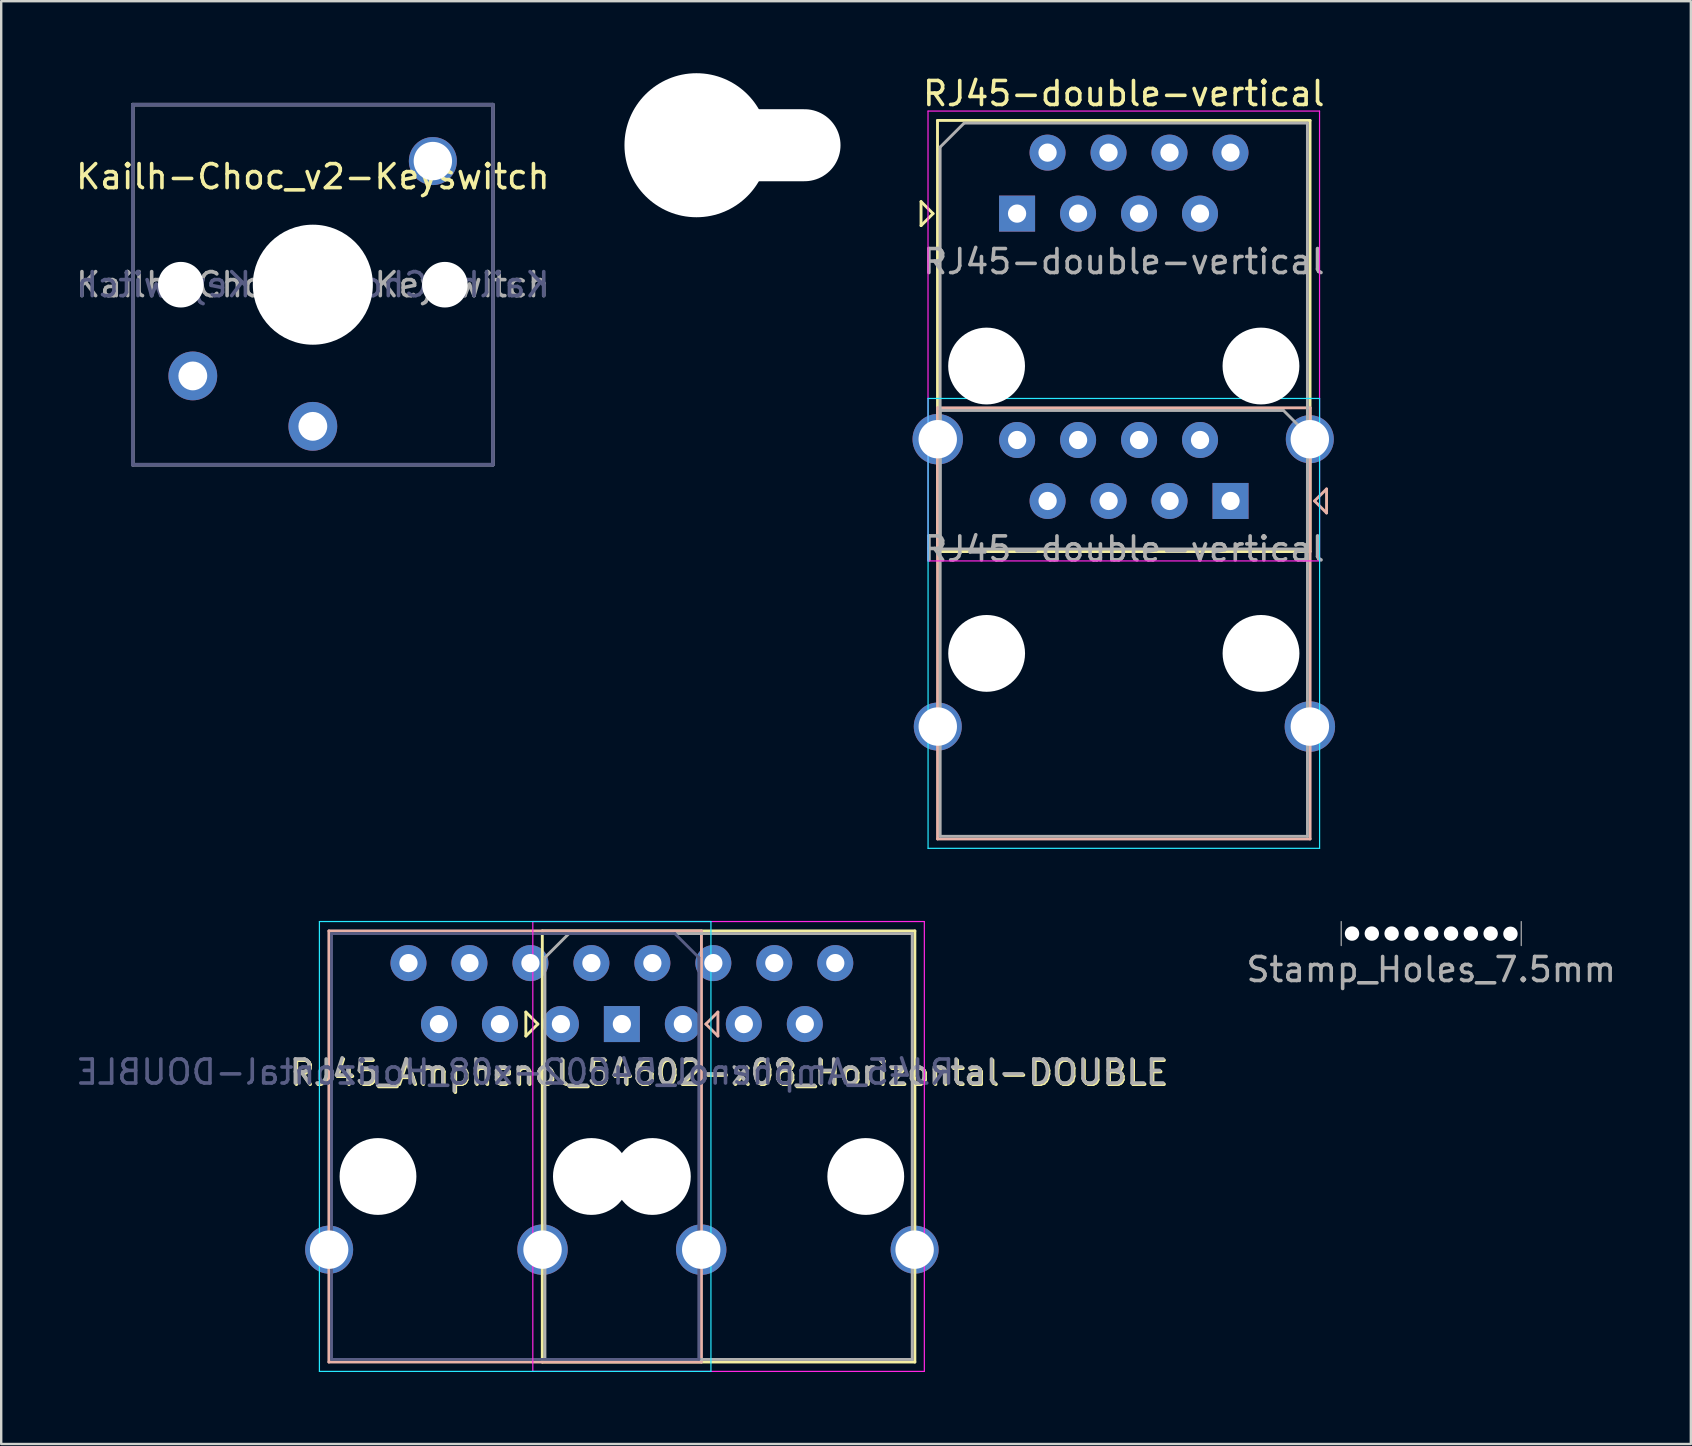
<source format=kicad_pcb>
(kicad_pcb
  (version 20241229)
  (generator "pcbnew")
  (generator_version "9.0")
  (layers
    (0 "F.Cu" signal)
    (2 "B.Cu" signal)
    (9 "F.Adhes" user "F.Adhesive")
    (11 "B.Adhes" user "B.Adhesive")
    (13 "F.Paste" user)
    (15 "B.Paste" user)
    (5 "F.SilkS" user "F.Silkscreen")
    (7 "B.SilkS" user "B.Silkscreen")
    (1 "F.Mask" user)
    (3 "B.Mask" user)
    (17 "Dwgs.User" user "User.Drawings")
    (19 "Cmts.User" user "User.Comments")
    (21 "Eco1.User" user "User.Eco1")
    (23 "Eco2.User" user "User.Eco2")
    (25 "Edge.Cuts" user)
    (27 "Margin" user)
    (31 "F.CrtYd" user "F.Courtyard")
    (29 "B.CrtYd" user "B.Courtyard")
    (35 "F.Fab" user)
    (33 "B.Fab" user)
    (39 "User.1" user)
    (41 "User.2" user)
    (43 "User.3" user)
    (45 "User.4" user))
  (footprint "RJ45-double-vertical"
    (layer "F.Cu")
    (at 39.319 5.848)
    (property "Reference" "RJ45-double-vertical" (at 4.445 -5 180) (layer "F.SilkS") (effects (font (size 1 1) (thickness 0.15))))
    (attr through_hole)
    (fp_line (start -4 -0.5) (end -4 0.5) (stroke (width 0.12) (type solid)) (layer "F.SilkS"))
    (fp_line (start -4 0.5) (end -3.5 0) (stroke (width 0.12) (type solid)) (layer "F.SilkS"))
    (fp_line (start -3.5 0) (end -4 -0.5) (stroke (width 0.12) (type solid)) (layer "F.SilkS"))
    (fp_line (start -3.315 -3.88) (end -3.315 14.08) (stroke (width 0.12) (type solid)) (layer "F.SilkS"))
    (fp_line (start -3.315 14.08) (end 12.205 14.08) (stroke (width 0.12) (type solid)) (layer "F.SilkS"))
    (fp_line (start 12.205 -3.88) (end -3.315 -3.88) (stroke (width 0.12) (type solid)) (layer "F.SilkS"))
    (fp_line (start 12.205 -3.88) (end 12.205 14.08) (stroke (width 0.12) (type solid)) (layer "F.SilkS"))
    (fp_line (start -3.313 8.091) (end -3.313 26.051) (stroke (width 0.12) (type solid)) (layer "B.SilkS"))
    (fp_line (start -3.313 26.051) (end 12.207 26.051) (stroke (width 0.12) (type solid)) (layer "B.SilkS"))
    (fp_line (start 12.207 8.091) (end -3.313 8.091) (stroke (width 0.12) (type solid)) (layer "B.SilkS"))
    (fp_line (start 12.207 8.091) (end 12.207 26.051) (stroke (width 0.12) (type solid)) (layer "B.SilkS"))
    (fp_line (start 12.392 11.971) (end 12.892 11.471) (stroke (width 0.12) (type solid)) (layer "B.SilkS"))
    (fp_line (start 12.892 11.471) (end 12.892 12.471) (stroke (width 0.12) (type solid)) (layer "B.SilkS"))
    (fp_line (start 12.892 12.471) (end 12.392 11.971) (stroke (width 0.12) (type solid)) (layer "B.SilkS"))
    (fp_line (start -3.708 7.701) (end 12.602 7.701) (stroke (width 0.05) (type solid)) (layer "B.CrtYd"))
    (fp_line (start -3.708 26.441) (end -3.708 7.701) (stroke (width 0.05) (type solid)) (layer "B.CrtYd"))
    (fp_line (start 12.602 7.701) (end 12.602 26.441) (stroke (width 0.05) (type solid)) (layer "B.CrtYd"))
    (fp_line (start 12.602 26.441) (end -3.708 26.441) (stroke (width 0.05) (type solid)) (layer "B.CrtYd"))
    (fp_line (start -3.71 -4.27) (end -3.71 14.47) (stroke (width 0.05) (type solid)) (layer "F.CrtYd"))
    (fp_line (start -3.71 -4.27) (end 12.6 -4.27) (stroke (width 0.05) (type solid)) (layer "F.CrtYd"))
    (fp_line (start 12.6 14.47) (end -3.71 14.47) (stroke (width 0.05) (type solid)) (layer "F.CrtYd"))
    (fp_line (start 12.6 14.47) (end 12.6 -4.27) (stroke (width 0.05) (type solid)) (layer "F.CrtYd"))
    (fp_line (start -3.205 -2.77) (end -2.205 -3.77) (stroke (width 0.12) (type solid)) (layer "F.Fab"))
    (fp_line (start -3.205 13.97) (end -3.205 -2.77) (stroke (width 0.12) (type solid)) (layer "F.Fab"))
    (fp_line (start -3.203 8.201) (end -3.203 25.941) (stroke (width 0.12) (type solid)) (layer "F.Fab"))
    (fp_line (start -3.203 25.941) (end 12.097 25.941) (stroke (width 0.12) (type solid)) (layer "F.Fab"))
    (fp_line (start -2.205 -3.77) (end 12.095 -3.77) (stroke (width 0.12) (type solid)) (layer "F.Fab"))
    (fp_line (start 11.097 8.201) (end -3.203 8.201) (stroke (width 0.12) (type solid)) (layer "F.Fab"))
    (fp_line (start 12.095 -3.77) (end 12.095 13.97) (stroke (width 0.12) (type solid)) (layer "F.Fab"))
    (fp_line (start 12.095 13.97) (end -3.205 13.97) (stroke (width 0.12) (type solid)) (layer "F.Fab"))
    (fp_line (start 12.097 9.201) (end 11.097 8.201) (stroke (width 0.12) (type solid)) (layer "F.Fab"))
    (fp_line (start 12.097 25.941) (end 12.097 9.201) (stroke (width 0.12) (type solid)) (layer "F.Fab"))
    (fp_text user "${REFERENCE}" (at 4.447 13.971 180) (layer "F.Fab") (effects (font (size 1 1) (thickness 0.15))))
    (fp_text user "${REFERENCE}" (at 4.445 2 180) (layer "F.Fab") (effects (font (size 1 1) (thickness 0.15))))
    (pad "" thru_hole circle (at -3.305 9.398) (size 2.1 2.1) (drill 1.6) (layers "*.Cu" "*.Mask"))
    (pad "" thru_hole circle (at -3.303 21.369) (size 2 2) (drill 1.6) (layers "*.Cu" "*.Mask"))
    (pad "" np_thru_hole circle (at -1.27 6.35) (size 3.2 3.2) (drill 3.2) (layers "*.Cu" "*.Mask"))
    (pad "" np_thru_hole circle (at -1.268 18.321) (size 3.2 3.2) (drill 3.2) (layers "*.Cu" "*.Mask"))
    (pad "" np_thru_hole circle (at 10.16 6.35) (size 3.2 3.2) (drill 3.2) (layers "*.Cu" "*.Mask"))
    (pad "" np_thru_hole circle (at 10.162 18.321) (size 3.2 3.2) (drill 3.2) (layers "*.Cu" "*.Mask"))
    (pad "" thru_hole circle (at 12.195 9.398) (size 2 2) (drill 1.6) (layers "*.Cu" "*.Mask"))
    (pad "" thru_hole circle (at 12.197 21.369) (size 2.1 2.1) (drill 1.6) (layers "*.Cu" "*.Mask"))
    (pad "1" thru_hole rect (at 0 0) (size 1.5 1.5) (drill 0.76) (layers "*.Cu" "*.Mask"))
    (pad "1" thru_hole rect (at 8.892 11.971) (size 1.5 1.5) (drill 0.76) (layers "*.Cu" "*.Mask"))
    (pad "2" thru_hole circle (at 1.27 -2.54) (size 1.5 1.5) (drill 0.76) (layers "*.Cu" "*.Mask"))
    (pad "2" thru_hole circle (at 7.622 9.431) (size 1.5 1.5) (drill 0.76) (layers "*.Cu" "*.Mask"))
    (pad "3" thru_hole circle (at 2.54 0) (size 1.5 1.5) (drill 0.76) (layers "*.Cu" "*.Mask"))
    (pad "3" thru_hole circle (at 6.352 11.971) (size 1.5 1.5) (drill 0.76) (layers "*.Cu" "*.Mask"))
    (pad "4" thru_hole circle (at 3.81 -2.54) (size 1.5 1.5) (drill 0.76) (layers "*.Cu" "*.Mask"))
    (pad "4" thru_hole circle (at 5.082 9.431) (size 1.5 1.5) (drill 0.76) (layers "*.Cu" "*.Mask"))
    (pad "5" thru_hole circle (at 3.812 11.971) (size 1.5 1.5) (drill 0.76) (layers "*.Cu" "*.Mask"))
    (pad "5" thru_hole circle (at 5.08 0) (size 1.5 1.5) (drill 0.76) (layers "*.Cu" "*.Mask"))
    (pad "6" thru_hole circle (at 2.542 9.431) (size 1.5 1.5) (drill 0.76) (layers "*.Cu" "*.Mask"))
    (pad "6" thru_hole circle (at 6.35 -2.54) (size 1.5 1.5) (drill 0.76) (layers "*.Cu" "*.Mask"))
    (pad "7" thru_hole circle (at 1.272 11.971) (size 1.5 1.5) (drill 0.76) (layers "*.Cu" "*.Mask"))
    (pad "7" thru_hole circle (at 7.62 0) (size 1.5 1.5) (drill 0.76) (layers "*.Cu" "*.Mask"))
    (pad "8" thru_hole circle (at 0.002 9.431) (size 1.5 1.5) (drill 0.76) (layers "*.Cu" "*.Mask"))
    (pad "8" thru_hole circle (at 8.89 -2.54) (size 1.5 1.5) (drill 0.76) (layers "*.Cu" "*.Mask")))
  (footprint "Kailh-Choc_v2-Keyswitch"
    (layer "F.Cu")
    (at 9.982 8.81)
    (property "Reference" "Kailh-Choc_v2-Keyswitch" (at 0 -4.5 0) (layer "F.SilkS") (effects (font (size 1 1) (thickness 0.15))))
    (attr through_hole)
    (fp_line (start -9.25 -8.75) (end 9.25 -8.75) (stroke (width 0.12) (type solid)) (layer "Eco1.User"))
    (fp_line (start -9.25 8.75) (end -9.25 -8.75) (stroke (width 0.12) (type solid)) (layer "Eco1.User"))
    (fp_line (start 9.25 -8.75) (end 9.25 8.75) (stroke (width 0.12) (type solid)) (layer "Eco1.User"))
    (fp_line (start 9.25 8.75) (end -9.25 8.75) (stroke (width 0.12) (type solid)) (layer "Eco1.User"))
    (fp_line (start -6.975 6.975) (end -6.975 -6.975) (stroke (width 0.15) (type solid)) (layer "Eco2.User"))
    (fp_line (start -6.975 6.975) (end 6.975 6.975) (stroke (width 0.15) (type solid)) (layer "Eco2.User"))
    (fp_line (start 6.975 -6.975) (end -6.975 -6.975) (stroke (width 0.15) (type solid)) (layer "Eco2.User"))
    (fp_line (start 6.975 -6.975) (end 6.975 6.975) (stroke (width 0.15) (type solid)) (layer "Eco2.User"))
    (fp_line (start -7.5 -7.5) (end 7.5 -7.5) (stroke (width 0.15) (type solid)) (layer "B.Fab"))
    (fp_line (start -7.5 7.5) (end -7.5 -7.5) (stroke (width 0.15) (type solid)) (layer "B.Fab"))
    (fp_line (start 7.5 -7.5) (end 7.5 7.5) (stroke (width 0.15) (type solid)) (layer "B.Fab"))
    (fp_line (start 7.5 7.5) (end -7.5 7.5) (stroke (width 0.15) (type solid)) (layer "B.Fab"))
    (fp_line (start -7.5 -7.5) (end 7.5 -7.5) (stroke (width 0.15) (type solid)) (layer "F.Fab"))
    (fp_line (start -7.5 7.5) (end -7.5 -7.5) (stroke (width 0.15) (type solid)) (layer "F.Fab"))
    (fp_line (start 7.5 -7.5) (end 7.5 7.5) (stroke (width 0.15) (type solid)) (layer "F.Fab"))
    (fp_line (start 7.5 7.5) (end -7.5 7.5) (stroke (width 0.15) (type solid)) (layer "F.Fab"))
    (fp_text user "${REFERENCE}" (at 0 0 0) (layer "B.Fab") (effects (font (size 1 1) (thickness 0.15)) (justify mirror)))
    (fp_text user "${REFERENCE}" (at 0 0 0) (layer "F.Fab") (effects (font (size 1 1) (thickness 0.15))))
    (pad "" np_thru_hole circle (at -5.5 0) (size 1.9 1.9) (drill 1.9) (layers "*.Cu" "*.Mask"))
    (pad "" np_thru_hole circle (at 0 0) (size 5 5) (drill 5) (layers "*.Cu" "*.Mask"))
    (pad "" thru_hole circle (at 5 -5.15) (size 2 2) (drill 1.6) (layers "*.Cu" "*.Mask"))
    (pad "" np_thru_hole circle (at 5.5 0) (size 1.9 1.9) (drill 1.9) (layers "*.Cu" "*.Mask"))
    (pad "1" thru_hole circle (at 0 5.9) (size 2.032 2.032) (drill 1.2) (layers "*.Cu" "*.Mask"))
    (pad "2" thru_hole circle (at -5 3.8) (size 2.032 2.032) (drill 1.2) (layers "*.Cu" "*.Mask")))
  (footprint "RJ45_Amphenol_54602-x08_Horizontal-DOUBLE"
    (layer "F.Cu")
    (at 22.856 39.61)
    (property "Reference" "RJ45_Amphenol_54602-x08_Horizontal-DOUBLE" (at 4.49 2.05 0) (layer "F.SilkS") (effects (font (size 1 1) (thickness 0.15))))
    (attr through_hole)
    (fp_line (start -4 -0.5) (end -4 0.5) (stroke (width 0.12) (type solid)) (layer "F.SilkS"))
    (fp_line (start -4 0.5) (end -3.5 0) (stroke (width 0.12) (type solid)) (layer "F.SilkS"))
    (fp_line (start -3.5 0) (end -4 -0.5) (stroke (width 0.12) (type solid)) (layer "F.SilkS"))
    (fp_line (start -3.315 -3.88) (end -3.315 14.08) (stroke (width 0.12) (type solid)) (layer "F.SilkS"))
    (fp_line (start -3.315 14.08) (end 12.205 14.08) (stroke (width 0.12) (type solid)) (layer "F.SilkS"))
    (fp_line (start 12.205 -3.88) (end -3.315 -3.88) (stroke (width 0.12) (type solid)) (layer "F.SilkS"))
    (fp_line (start 12.205 -3.88) (end 12.205 14.08) (stroke (width 0.12) (type solid)) (layer "F.SilkS"))
    (fp_line (start -12.205 -3.88) (end -12.205 14.08) (stroke (width 0.12) (type solid)) (layer "B.SilkS"))
    (fp_line (start -12.205 -3.88) (end 3.315 -3.88) (stroke (width 0.12) (type solid)) (layer "B.SilkS"))
    (fp_line (start 3.315 -3.88) (end 3.315 14.08) (stroke (width 0.12) (type solid)) (layer "B.SilkS"))
    (fp_line (start 3.315 14.08) (end -12.205 14.08) (stroke (width 0.12) (type solid)) (layer "B.SilkS"))
    (fp_line (start 3.5 0) (end 4 -0.5) (stroke (width 0.12) (type solid)) (layer "B.SilkS"))
    (fp_line (start 4 -0.5) (end 4 0.5) (stroke (width 0.12) (type solid)) (layer "B.SilkS"))
    (fp_line (start 4 0.5) (end 3.5 0) (stroke (width 0.12) (type solid)) (layer "B.SilkS"))
    (fp_line (start -12.6 14.47) (end -12.6 -4.27) (stroke (width 0.05) (type solid)) (layer "B.CrtYd"))
    (fp_line (start -12.6 14.47) (end 3.71 14.47) (stroke (width 0.05) (type solid)) (layer "B.CrtYd"))
    (fp_line (start 3.71 -4.27) (end -12.6 -4.27) (stroke (width 0.05) (type solid)) (layer "B.CrtYd"))
    (fp_line (start 3.71 -4.27) (end 3.71 14.47) (stroke (width 0.05) (type solid)) (layer "B.CrtYd"))
    (fp_line (start -3.71 -4.27) (end -3.71 14.47) (stroke (width 0.05) (type solid)) (layer "F.CrtYd"))
    (fp_line (start -3.71 -4.27) (end 12.6 -4.27) (stroke (width 0.05) (type solid)) (layer "F.CrtYd"))
    (fp_line (start 12.6 14.47) (end -3.71 14.47) (stroke (width 0.05) (type solid)) (layer "F.CrtYd"))
    (fp_line (start 12.6 14.47) (end 12.6 -4.27) (stroke (width 0.05) (type solid)) (layer "F.CrtYd"))
    (fp_line (start -12.095 -3.77) (end -12.095 13.97) (stroke (width 0.12) (type solid)) (layer "B.Fab"))
    (fp_line (start -12.095 13.97) (end 3.205 13.97) (stroke (width 0.12) (type solid)) (layer "B.Fab"))
    (fp_line (start 2.205 -3.77) (end -12.095 -3.77) (stroke (width 0.12) (type solid)) (layer "B.Fab"))
    (fp_line (start 3.205 -2.77) (end 2.205 -3.77) (stroke (width 0.12) (type solid)) (layer "B.Fab"))
    (fp_line (start 3.205 13.97) (end 3.205 -2.77) (stroke (width 0.12) (type solid)) (layer "B.Fab"))
    (fp_line (start -3.205 -2.77) (end -2.205 -3.77) (stroke (width 0.12) (type solid)) (layer "F.Fab"))
    (fp_line (start -3.205 13.97) (end -3.205 -2.77) (stroke (width 0.12) (type solid)) (layer "F.Fab"))
    (fp_line (start -2.205 -3.77) (end 12.095 -3.77) (stroke (width 0.12) (type solid)) (layer "F.Fab"))
    (fp_line (start 12.095 -3.77) (end 12.095 13.97) (stroke (width 0.12) (type solid)) (layer "F.Fab"))
    (fp_line (start 12.095 13.97) (end -3.205 13.97) (stroke (width 0.12) (type solid)) (layer "F.Fab"))
    (fp_text user "${REFERENCE}" (at -4.445 2 0) (layer "B.Fab") (effects (font (size 1 1) (thickness 0.15)) (justify mirror)))
    (fp_text user "${REFERENCE}" (at 4.445 2 0) (layer "F.Fab") (effects (font (size 1 1) (thickness 0.15))))
    (pad "" thru_hole circle (at -12.195 9.398) (size 2 2) (drill 1.6) (layers "*.Cu" "*.Mask"))
    (pad "" np_thru_hole circle (at -10.16 6.35) (size 3.2 3.2) (drill 3.2) (layers "*.Cu" "*.Mask"))
    (pad "" thru_hole circle (at -3.305 9.398) (size 2.1 2.1) (drill 1.6) (layers "*.Cu" "*.Mask"))
    (pad "" np_thru_hole circle (at -1.27 6.35) (size 3.2 3.2) (drill 3.2) (layers "*.Cu" "*.Mask"))
    (pad "" np_thru_hole circle (at 1.27 6.35) (size 3.2 3.2) (drill 3.2) (layers "*.Cu" "*.Mask"))
    (pad "" thru_hole circle (at 3.305 9.398) (size 2.1 2.1) (drill 1.6) (layers "*.Cu" "*.Mask"))
    (pad "" np_thru_hole circle (at 10.16 6.35) (size 3.2 3.2) (drill 3.2) (layers "*.Cu" "*.Mask"))
    (pad "" thru_hole circle (at 12.195 9.398) (size 2 2) (drill 1.6) (layers "*.Cu" "*.Mask"))
    (pad "1" thru_hole rect (at 0 0) (size 1.5 1.5) (drill 0.76) (layers "*.Cu" "*.Mask"))
    (pad "2" thru_hole circle (at -1.27 -2.54) (size 1.5 1.5) (drill 0.76) (layers "*.Cu" "*.Mask"))
    (pad "2" thru_hole circle (at 1.27 -2.54) (size 1.5 1.5) (drill 0.76) (layers "*.Cu" "*.Mask"))
    (pad "3" thru_hole circle (at -2.54 0) (size 1.5 1.5) (drill 0.76) (layers "*.Cu" "*.Mask"))
    (pad "3" thru_hole circle (at 2.54 0) (size 1.5 1.5) (drill 0.76) (layers "*.Cu" "*.Mask"))
    (pad "4" thru_hole circle (at -3.81 -2.54) (size 1.5 1.5) (drill 0.76) (layers "*.Cu" "*.Mask"))
    (pad "4" thru_hole circle (at 3.81 -2.54) (size 1.5 1.5) (drill 0.76) (layers "*.Cu" "*.Mask"))
    (pad "5" thru_hole circle (at -5.08 0) (size 1.5 1.5) (drill 0.76) (layers "*.Cu" "*.Mask"))
    (pad "5" thru_hole circle (at 5.08 0) (size 1.5 1.5) (drill 0.76) (layers "*.Cu" "*.Mask"))
    (pad "6" thru_hole circle (at -6.35 -2.54) (size 1.5 1.5) (drill 0.76) (layers "*.Cu" "*.Mask"))
    (pad "6" thru_hole circle (at 6.35 -2.54) (size 1.5 1.5) (drill 0.76) (layers "*.Cu" "*.Mask"))
    (pad "7" thru_hole circle (at -7.62 0) (size 1.5 1.5) (drill 0.76) (layers "*.Cu" "*.Mask"))
    (pad "7" thru_hole circle (at 7.62 0) (size 1.5 1.5) (drill 0.76) (layers "*.Cu" "*.Mask"))
    (pad "8" thru_hole circle (at -8.89 -2.54) (size 1.5 1.5) (drill 0.76) (layers "*.Cu" "*.Mask"))
    (pad "8" thru_hole circle (at 8.89 -2.54) (size 1.5 1.5) (drill 0.76) (layers "*.Cu" "*.Mask")))
  (footprint "keyhole"
    (layer "F.Cu")
    (at 25.964 3)
    (property "Reference" "keyhole" (at 1 -0.1 0) (layer "F.SilkS") (effects (font (size 1 1) (thickness 0.15))))
    (attr through_hole)
    (pad "" np_thru_hole circle (at 0 0) (size 6 6) (drill 6) (layers "*.Cu" "*.Mask"))
    (pad "" np_thru_hole oval (at 3.5 0) (size 5 3) (drill oval 5 3) (layers "*.Cu" "*.Mask")))
  (footprint "Stamp_Holes_7.5mm"
    (layer "F.Cu")
    (at 56.572 35.84)
    (property "Reference" "Stamp_Holes_7.5mm" (at 0 1.5 0) (layer "F.Fab") (effects (font (size 1 1) (thickness 0.15))))
    (attr through_hole)
    (fp_line (start -3.75 -0.5) (end -3.75 0.5) (stroke (width 0.05) (type solid)) (layer "F.Fab"))
    (fp_line (start 3.75 -0.5) (end 3.75 0.5) (stroke (width 0.05) (type solid)) (layer "F.Fab"))
    (pad "" np_thru_hole circle (at -3.3 0) (size 0.6 0.6) (drill 0.6) (layers "*.Cu" "*.Mask"))
    (pad "" np_thru_hole circle (at -2.475 0) (size 0.6 0.6) (drill 0.6) (layers "*.Cu" "*.Mask"))
    (pad "" np_thru_hole circle (at -1.65 0) (size 0.6 0.6) (drill 0.6) (layers "*.Cu" "*.Mask"))
    (pad "" np_thru_hole circle (at -0.825 0) (size 0.6 0.6) (drill 0.6) (layers "*.Cu" "*.Mask"))
    (pad "" np_thru_hole circle (at 0 0) (size 0.6 0.6) (drill 0.6) (layers "*.Cu" "*.Mask"))
    (pad "" np_thru_hole circle (at 0.825 0) (size 0.6 0.6) (drill 0.6) (layers "*.Cu" "*.Mask"))
    (pad "" np_thru_hole circle (at 1.65 0) (size 0.6 0.6) (drill 0.6) (layers "*.Cu" "*.Mask"))
    (pad "" np_thru_hole circle (at 2.475 0) (size 0.6 0.6) (drill 0.6) (layers "*.Cu" "*.Mask"))
    (pad "" np_thru_hole circle (at 3.3 0.01) (size 0.6 0.6) (drill 0.6) (layers "*.Cu" "*.Mask")))
  (gr_rect
    (start -3 -3)
    (end 67.387 57.105)
    (stroke (width 0.1) (type default))
    (fill no)
    (layer "Edge.Cuts")))
</source>
